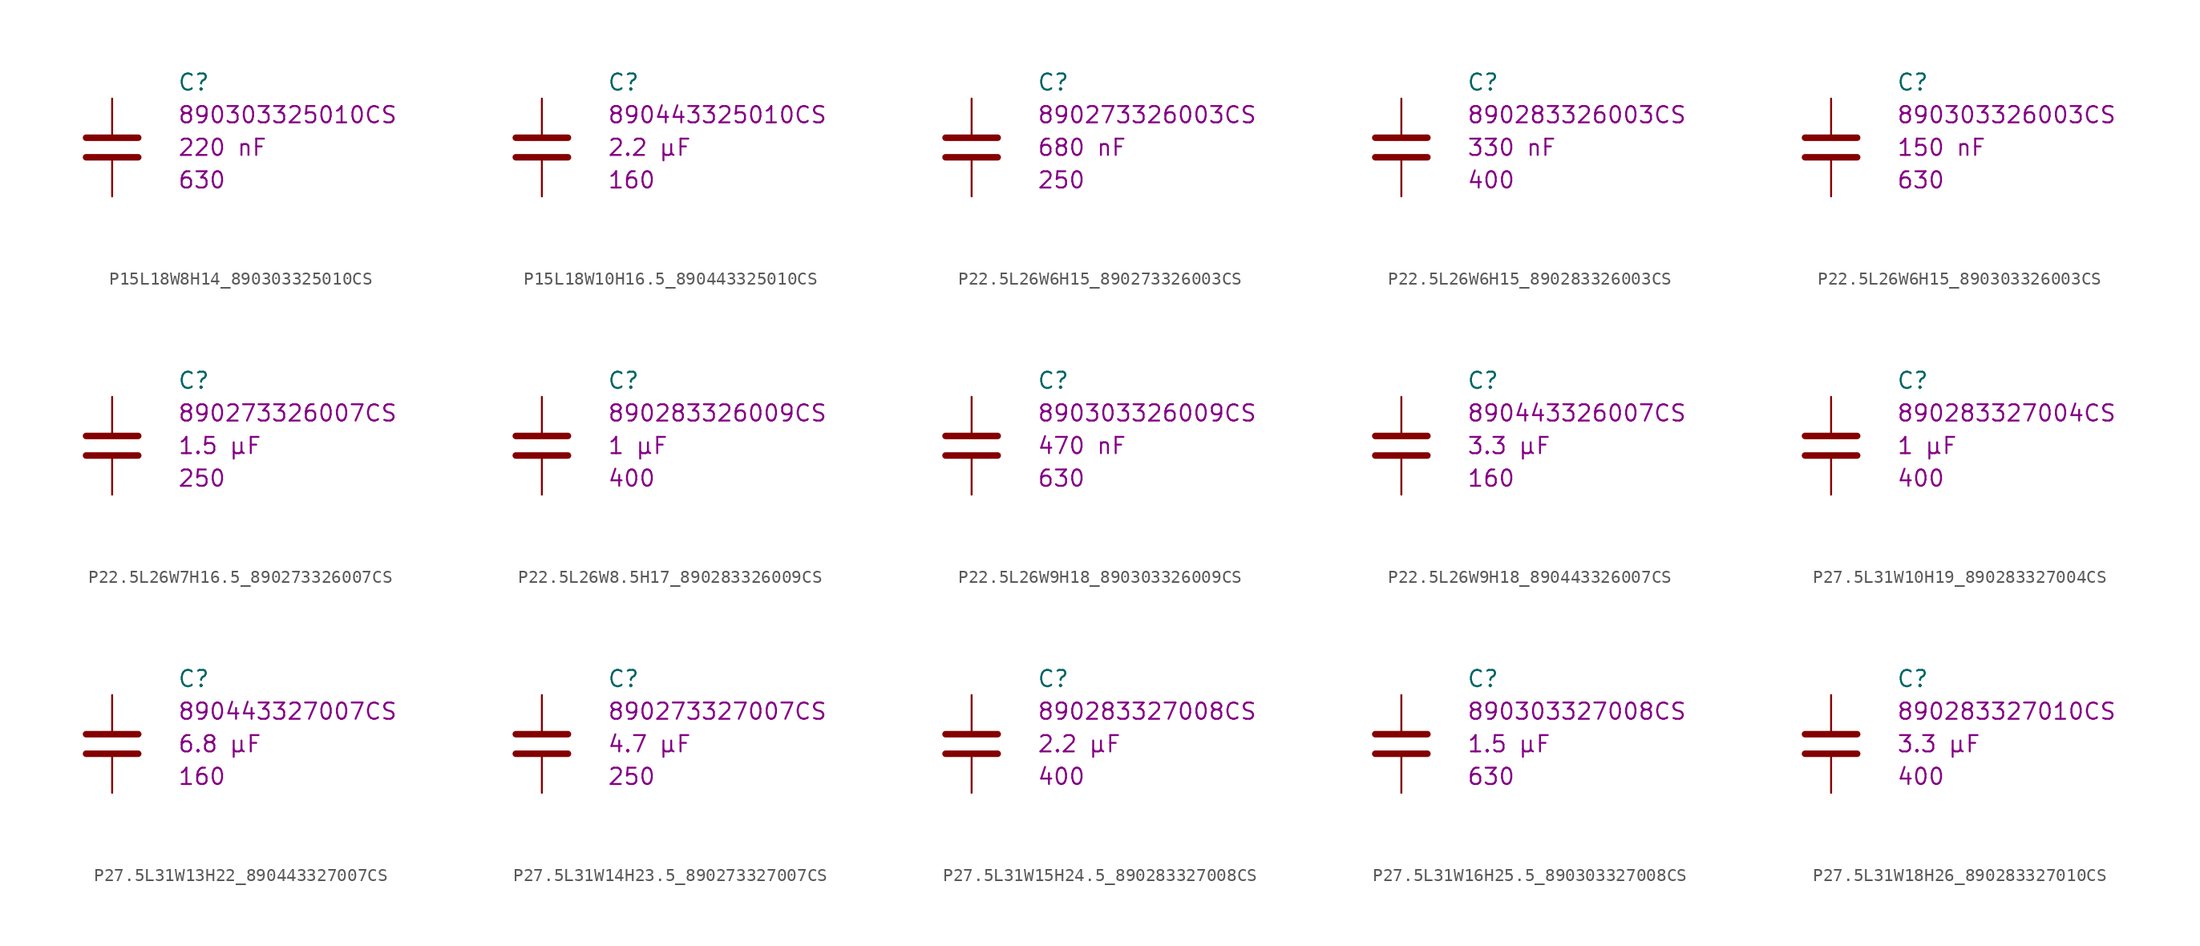
<source format=kicad_sym>
(kicad_symbol_lib
  (version 20220914)
  (generator kicad_symbol_editor)
  (symbol "P15L18W8H14_890303325010CS"
    (pin_numbers hide)
    (pin_names hide)
    (property "Reference" "C"
      (at 5.08 5.08 0)
      (effects (font (size 1.27 1.27)) (justify left)))
    (property "Part Number" "890303325010CS"
      (at 5.08 2.54 0)
      (effects (font (size 1.27 1.27)) (justify left)))
    (property "Capacitance" "220 nF"
      (at 5.08 0 0)
      (effects (font (size 1.27 1.27)) (justify left)))
    (property "Voltage" "630"
      (at 5.08 -2.54 0)
      (effects (font (size 1.27 1.27)) (justify left)))
    (property "Critical Parameter" ""
      (at 0 -7.62 0)
      (effects (font (size 1.27 1.27))))
    (symbol "P15L18W8H14_890303325010CS_0_1"
      (polyline (pts (xy -2.032 -0.762) (xy 2.032 -0.762)) (stroke (width 0.508) (type default)) (fill (type none)))
      (polyline (pts (xy -2.032 0.762) (xy 2.032 0.762)) (stroke (width 0.508) (type default)) (fill (type none))))
    (symbol "P15L18W8H14_890303325010CS_1_1"
      (pin passive line (at 0 3.81 270) (length 2.794) (name "1" (effects (font (size 1.27 1.27)))) (number "1" (effects (font (size 1.27 1.27)))))
      (pin passive line (at 0 -3.81 90) (length 2.794) (name "2" (effects (font (size 1.27 1.27)))) (number "2" (effects (font (size 1.27 1.27)))))))
  (symbol "P15L18W10H16.5_890443325010CS"
    (pin_numbers hide)
    (pin_names hide)
    (property "Reference" "C"
      (at 5.08 5.08 0)
      (effects (font (size 1.27 1.27)) (justify left)))
    (property "Part Number" "890443325010CS"
      (at 5.08 2.54 0)
      (effects (font (size 1.27 1.27)) (justify left)))
    (property "Capacitance" "2.2 µF"
      (at 5.08 0 0)
      (effects (font (size 1.27 1.27)) (justify left)))
    (property "Voltage" "160"
      (at 5.08 -2.54 0)
      (effects (font (size 1.27 1.27)) (justify left)))
    (property "Critical Parameter" ""
      (at 0 -7.62 0)
      (effects (font (size 1.27 1.27))))
    (symbol "P15L18W10H16.5_890443325010CS_0_1"
      (polyline (pts (xy -2.032 -0.762) (xy 2.032 -0.762)) (stroke (width 0.508) (type default)) (fill (type none)))
      (polyline (pts (xy -2.032 0.762) (xy 2.032 0.762)) (stroke (width 0.508) (type default)) (fill (type none))))
    (symbol "P15L18W10H16.5_890443325010CS_1_1"
      (pin passive line (at 0 3.81 270) (length 2.794) (name "1" (effects (font (size 1.27 1.27)))) (number "1" (effects (font (size 1.27 1.27)))))
      (pin passive line (at 0 -3.81 90) (length 2.794) (name "2" (effects (font (size 1.27 1.27)))) (number "2" (effects (font (size 1.27 1.27)))))))
  (symbol "P22.5L26W6H15_890273326003CS"
    (pin_numbers hide)
    (pin_names hide)
    (property "Reference" "C"
      (at 5.08 5.08 0)
      (effects (font (size 1.27 1.27)) (justify left)))
    (property "Part Number" "890273326003CS"
      (at 5.08 2.54 0)
      (effects (font (size 1.27 1.27)) (justify left)))
    (property "Capacitance" "680 nF"
      (at 5.08 0 0)
      (effects (font (size 1.27 1.27)) (justify left)))
    (property "Voltage" "250"
      (at 5.08 -2.54 0)
      (effects (font (size 1.27 1.27)) (justify left)))
    (property "Critical Parameter" ""
      (at 0 -7.62 0)
      (effects (font (size 1.27 1.27))))
    (symbol "P22.5L26W6H15_890273326003CS_0_1"
      (polyline (pts (xy -2.032 -0.762) (xy 2.032 -0.762)) (stroke (width 0.508) (type default)) (fill (type none)))
      (polyline (pts (xy -2.032 0.762) (xy 2.032 0.762)) (stroke (width 0.508) (type default)) (fill (type none))))
    (symbol "P22.5L26W6H15_890273326003CS_1_1"
      (pin passive line (at 0 3.81 270) (length 2.794) (name "1" (effects (font (size 1.27 1.27)))) (number "1" (effects (font (size 1.27 1.27)))))
      (pin passive line (at 0 -3.81 90) (length 2.794) (name "2" (effects (font (size 1.27 1.27)))) (number "2" (effects (font (size 1.27 1.27)))))))
  (symbol "P22.5L26W6H15_890283326003CS"
    (pin_numbers hide)
    (pin_names hide)
    (property "Reference" "C"
      (at 5.08 5.08 0)
      (effects (font (size 1.27 1.27)) (justify left)))
    (property "Part Number" "890283326003CS"
      (at 5.08 2.54 0)
      (effects (font (size 1.27 1.27)) (justify left)))
    (property "Capacitance" "330 nF"
      (at 5.08 0 0)
      (effects (font (size 1.27 1.27)) (justify left)))
    (property "Voltage" "400"
      (at 5.08 -2.54 0)
      (effects (font (size 1.27 1.27)) (justify left)))
    (property "Critical Parameter" ""
      (at 0 -7.62 0)
      (effects (font (size 1.27 1.27))))
    (symbol "P22.5L26W6H15_890283326003CS_0_1"
      (polyline (pts (xy -2.032 -0.762) (xy 2.032 -0.762)) (stroke (width 0.508) (type default)) (fill (type none)))
      (polyline (pts (xy -2.032 0.762) (xy 2.032 0.762)) (stroke (width 0.508) (type default)) (fill (type none))))
    (symbol "P22.5L26W6H15_890283326003CS_1_1"
      (pin passive line (at 0 3.81 270) (length 2.794) (name "1" (effects (font (size 1.27 1.27)))) (number "1" (effects (font (size 1.27 1.27)))))
      (pin passive line (at 0 -3.81 90) (length 2.794) (name "2" (effects (font (size 1.27 1.27)))) (number "2" (effects (font (size 1.27 1.27)))))))
  (symbol "P22.5L26W6H15_890303326003CS"
    (pin_numbers hide)
    (pin_names hide)
    (property "Reference" "C"
      (at 5.08 5.08 0)
      (effects (font (size 1.27 1.27)) (justify left)))
    (property "Part Number" "890303326003CS"
      (at 5.08 2.54 0)
      (effects (font (size 1.27 1.27)) (justify left)))
    (property "Capacitance" "150 nF"
      (at 5.08 0 0)
      (effects (font (size 1.27 1.27)) (justify left)))
    (property "Voltage" "630"
      (at 5.08 -2.54 0)
      (effects (font (size 1.27 1.27)) (justify left)))
    (property "Critical Parameter" ""
      (at 0 -7.62 0)
      (effects (font (size 1.27 1.27))))
    (symbol "P22.5L26W6H15_890303326003CS_0_1"
      (polyline (pts (xy -2.032 -0.762) (xy 2.032 -0.762)) (stroke (width 0.508) (type default)) (fill (type none)))
      (polyline (pts (xy -2.032 0.762) (xy 2.032 0.762)) (stroke (width 0.508) (type default)) (fill (type none))))
    (symbol "P22.5L26W6H15_890303326003CS_1_1"
      (pin passive line (at 0 3.81 270) (length 2.794) (name "1" (effects (font (size 1.27 1.27)))) (number "1" (effects (font (size 1.27 1.27)))))
      (pin passive line (at 0 -3.81 90) (length 2.794) (name "2" (effects (font (size 1.27 1.27)))) (number "2" (effects (font (size 1.27 1.27)))))))
  (symbol "P22.5L26W7H16.5_890273326007CS"
    (pin_numbers hide)
    (pin_names hide)
    (property "Reference" "C"
      (at 5.08 5.08 0)
      (effects (font (size 1.27 1.27)) (justify left)))
    (property "Part Number" "890273326007CS"
      (at 5.08 2.54 0)
      (effects (font (size 1.27 1.27)) (justify left)))
    (property "Capacitance" "1.5 µF"
      (at 5.08 0 0)
      (effects (font (size 1.27 1.27)) (justify left)))
    (property "Voltage" "250"
      (at 5.08 -2.54 0)
      (effects (font (size 1.27 1.27)) (justify left)))
    (property "Critical Parameter" ""
      (at 0 -7.62 0)
      (effects (font (size 1.27 1.27))))
    (symbol "P22.5L26W7H16.5_890273326007CS_0_1"
      (polyline (pts (xy -2.032 -0.762) (xy 2.032 -0.762)) (stroke (width 0.508) (type default)) (fill (type none)))
      (polyline (pts (xy -2.032 0.762) (xy 2.032 0.762)) (stroke (width 0.508) (type default)) (fill (type none))))
    (symbol "P22.5L26W7H16.5_890273326007CS_1_1"
      (pin passive line (at 0 3.81 270) (length 2.794) (name "1" (effects (font (size 1.27 1.27)))) (number "1" (effects (font (size 1.27 1.27)))))
      (pin passive line (at 0 -3.81 90) (length 2.794) (name "2" (effects (font (size 1.27 1.27)))) (number "2" (effects (font (size 1.27 1.27)))))))
  (symbol "P22.5L26W8.5H17_890283326009CS"
    (pin_numbers hide)
    (pin_names hide)
    (property "Reference" "C"
      (at 5.08 5.08 0)
      (effects (font (size 1.27 1.27)) (justify left)))
    (property "Part Number" "890283326009CS"
      (at 5.08 2.54 0)
      (effects (font (size 1.27 1.27)) (justify left)))
    (property "Capacitance" "1 µF"
      (at 5.08 0 0)
      (effects (font (size 1.27 1.27)) (justify left)))
    (property "Voltage" "400"
      (at 5.08 -2.54 0)
      (effects (font (size 1.27 1.27)) (justify left)))
    (property "Critical Parameter" ""
      (at 0 -7.62 0)
      (effects (font (size 1.27 1.27))))
    (symbol "P22.5L26W8.5H17_890283326009CS_0_1"
      (polyline (pts (xy -2.032 -0.762) (xy 2.032 -0.762)) (stroke (width 0.508) (type default)) (fill (type none)))
      (polyline (pts (xy -2.032 0.762) (xy 2.032 0.762)) (stroke (width 0.508) (type default)) (fill (type none))))
    (symbol "P22.5L26W8.5H17_890283326009CS_1_1"
      (pin passive line (at 0 3.81 270) (length 2.794) (name "1" (effects (font (size 1.27 1.27)))) (number "1" (effects (font (size 1.27 1.27)))))
      (pin passive line (at 0 -3.81 90) (length 2.794) (name "2" (effects (font (size 1.27 1.27)))) (number "2" (effects (font (size 1.27 1.27)))))))
  (symbol "P22.5L26W9H18_890303326009CS"
    (pin_numbers hide)
    (pin_names hide)
    (property "Reference" "C"
      (at 5.08 5.08 0)
      (effects (font (size 1.27 1.27)) (justify left)))
    (property "Part Number" "890303326009CS"
      (at 5.08 2.54 0)
      (effects (font (size 1.27 1.27)) (justify left)))
    (property "Capacitance" "470 nF"
      (at 5.08 0 0)
      (effects (font (size 1.27 1.27)) (justify left)))
    (property "Voltage" "630"
      (at 5.08 -2.54 0)
      (effects (font (size 1.27 1.27)) (justify left)))
    (property "Critical Parameter" ""
      (at 0 -7.62 0)
      (effects (font (size 1.27 1.27))))
    (symbol "P22.5L26W9H18_890303326009CS_0_1"
      (polyline (pts (xy -2.032 -0.762) (xy 2.032 -0.762)) (stroke (width 0.508) (type default)) (fill (type none)))
      (polyline (pts (xy -2.032 0.762) (xy 2.032 0.762)) (stroke (width 0.508) (type default)) (fill (type none))))
    (symbol "P22.5L26W9H18_890303326009CS_1_1"
      (pin passive line (at 0 3.81 270) (length 2.794) (name "1" (effects (font (size 1.27 1.27)))) (number "1" (effects (font (size 1.27 1.27)))))
      (pin passive line (at 0 -3.81 90) (length 2.794) (name "2" (effects (font (size 1.27 1.27)))) (number "2" (effects (font (size 1.27 1.27)))))))
  (symbol "P22.5L26W9H18_890443326007CS"
    (pin_numbers hide)
    (pin_names hide)
    (property "Reference" "C"
      (at 5.08 5.08 0)
      (effects (font (size 1.27 1.27)) (justify left)))
    (property "Part Number" "890443326007CS"
      (at 5.08 2.54 0)
      (effects (font (size 1.27 1.27)) (justify left)))
    (property "Capacitance" "3.3 µF"
      (at 5.08 0 0)
      (effects (font (size 1.27 1.27)) (justify left)))
    (property "Voltage" "160"
      (at 5.08 -2.54 0)
      (effects (font (size 1.27 1.27)) (justify left)))
    (property "Critical Parameter" ""
      (at 0 -7.62 0)
      (effects (font (size 1.27 1.27))))
    (symbol "P22.5L26W9H18_890443326007CS_0_1"
      (polyline (pts (xy -2.032 -0.762) (xy 2.032 -0.762)) (stroke (width 0.508) (type default)) (fill (type none)))
      (polyline (pts (xy -2.032 0.762) (xy 2.032 0.762)) (stroke (width 0.508) (type default)) (fill (type none))))
    (symbol "P22.5L26W9H18_890443326007CS_1_1"
      (pin passive line (at 0 3.81 270) (length 2.794) (name "1" (effects (font (size 1.27 1.27)))) (number "1" (effects (font (size 1.27 1.27)))))
      (pin passive line (at 0 -3.81 90) (length 2.794) (name "2" (effects (font (size 1.27 1.27)))) (number "2" (effects (font (size 1.27 1.27)))))))
  (symbol "P27.5L31W10H19_890283327004CS"
    (pin_numbers hide)
    (pin_names hide)
    (property "Reference" "C"
      (at 5.08 5.08 0)
      (effects (font (size 1.27 1.27)) (justify left)))
    (property "Part Number" "890283327004CS"
      (at 5.08 2.54 0)
      (effects (font (size 1.27 1.27)) (justify left)))
    (property "Capacitance" "1 µF"
      (at 5.08 0 0)
      (effects (font (size 1.27 1.27)) (justify left)))
    (property "Voltage" "400"
      (at 5.08 -2.54 0)
      (effects (font (size 1.27 1.27)) (justify left)))
    (property "Critical Parameter" ""
      (at 0 -7.62 0)
      (effects (font (size 1.27 1.27))))
    (symbol "P27.5L31W10H19_890283327004CS_0_1"
      (polyline (pts (xy -2.032 -0.762) (xy 2.032 -0.762)) (stroke (width 0.508) (type default)) (fill (type none)))
      (polyline (pts (xy -2.032 0.762) (xy 2.032 0.762)) (stroke (width 0.508) (type default)) (fill (type none))))
    (symbol "P27.5L31W10H19_890283327004CS_1_1"
      (pin passive line (at 0 3.81 270) (length 2.794) (name "1" (effects (font (size 1.27 1.27)))) (number "1" (effects (font (size 1.27 1.27)))))
      (pin passive line (at 0 -3.81 90) (length 2.794) (name "2" (effects (font (size 1.27 1.27)))) (number "2" (effects (font (size 1.27 1.27)))))))
  (symbol "P27.5L31W13H22_890443327007CS"
    (pin_numbers hide)
    (pin_names hide)
    (property "Reference" "C"
      (at 5.08 5.08 0)
      (effects (font (size 1.27 1.27)) (justify left)))
    (property "Part Number" "890443327007CS"
      (at 5.08 2.54 0)
      (effects (font (size 1.27 1.27)) (justify left)))
    (property "Capacitance" "6.8 µF"
      (at 5.08 0 0)
      (effects (font (size 1.27 1.27)) (justify left)))
    (property "Voltage" "160"
      (at 5.08 -2.54 0)
      (effects (font (size 1.27 1.27)) (justify left)))
    (property "Critical Parameter" ""
      (at 0 -7.62 0)
      (effects (font (size 1.27 1.27))))
    (symbol "P27.5L31W13H22_890443327007CS_0_1"
      (polyline (pts (xy -2.032 -0.762) (xy 2.032 -0.762)) (stroke (width 0.508) (type default)) (fill (type none)))
      (polyline (pts (xy -2.032 0.762) (xy 2.032 0.762)) (stroke (width 0.508) (type default)) (fill (type none))))
    (symbol "P27.5L31W13H22_890443327007CS_1_1"
      (pin passive line (at 0 3.81 270) (length 2.794) (name "1" (effects (font (size 1.27 1.27)))) (number "1" (effects (font (size 1.27 1.27)))))
      (pin passive line (at 0 -3.81 90) (length 2.794) (name "2" (effects (font (size 1.27 1.27)))) (number "2" (effects (font (size 1.27 1.27)))))))
  (symbol "P27.5L31W14H23.5_890273327007CS"
    (pin_numbers hide)
    (pin_names hide)
    (property "Reference" "C"
      (at 5.08 5.08 0)
      (effects (font (size 1.27 1.27)) (justify left)))
    (property "Part Number" "890273327007CS"
      (at 5.08 2.54 0)
      (effects (font (size 1.27 1.27)) (justify left)))
    (property "Capacitance" "4.7 µF"
      (at 5.08 0 0)
      (effects (font (size 1.27 1.27)) (justify left)))
    (property "Voltage" "250"
      (at 5.08 -2.54 0)
      (effects (font (size 1.27 1.27)) (justify left)))
    (property "Critical Parameter" ""
      (at 0 -7.62 0)
      (effects (font (size 1.27 1.27))))
    (symbol "P27.5L31W14H23.5_890273327007CS_0_1"
      (polyline (pts (xy -2.032 -0.762) (xy 2.032 -0.762)) (stroke (width 0.508) (type default)) (fill (type none)))
      (polyline (pts (xy -2.032 0.762) (xy 2.032 0.762)) (stroke (width 0.508) (type default)) (fill (type none))))
    (symbol "P27.5L31W14H23.5_890273327007CS_1_1"
      (pin passive line (at 0 3.81 270) (length 2.794) (name "1" (effects (font (size 1.27 1.27)))) (number "1" (effects (font (size 1.27 1.27)))))
      (pin passive line (at 0 -3.81 90) (length 2.794) (name "2" (effects (font (size 1.27 1.27)))) (number "2" (effects (font (size 1.27 1.27)))))))
  (symbol "P27.5L31W15H24.5_890283327008CS"
    (pin_numbers hide)
    (pin_names hide)
    (property "Reference" "C"
      (at 5.08 5.08 0)
      (effects (font (size 1.27 1.27)) (justify left)))
    (property "Part Number" "890283327008CS"
      (at 5.08 2.54 0)
      (effects (font (size 1.27 1.27)) (justify left)))
    (property "Capacitance" "2.2 µF"
      (at 5.08 0 0)
      (effects (font (size 1.27 1.27)) (justify left)))
    (property "Voltage" "400"
      (at 5.08 -2.54 0)
      (effects (font (size 1.27 1.27)) (justify left)))
    (property "Critical Parameter" ""
      (at 0 -7.62 0)
      (effects (font (size 1.27 1.27))))
    (symbol "P27.5L31W15H24.5_890283327008CS_0_1"
      (polyline (pts (xy -2.032 -0.762) (xy 2.032 -0.762)) (stroke (width 0.508) (type default)) (fill (type none)))
      (polyline (pts (xy -2.032 0.762) (xy 2.032 0.762)) (stroke (width 0.508) (type default)) (fill (type none))))
    (symbol "P27.5L31W15H24.5_890283327008CS_1_1"
      (pin passive line (at 0 3.81 270) (length 2.794) (name "1" (effects (font (size 1.27 1.27)))) (number "1" (effects (font (size 1.27 1.27)))))
      (pin passive line (at 0 -3.81 90) (length 2.794) (name "2" (effects (font (size 1.27 1.27)))) (number "2" (effects (font (size 1.27 1.27)))))))
  (symbol "P27.5L31W16H25.5_890303327008CS"
    (pin_numbers hide)
    (pin_names hide)
    (property "Reference" "C"
      (at 5.08 5.08 0)
      (effects (font (size 1.27 1.27)) (justify left)))
    (property "Part Number" "890303327008CS"
      (at 5.08 2.54 0)
      (effects (font (size 1.27 1.27)) (justify left)))
    (property "Capacitance" "1.5 µF"
      (at 5.08 0 0)
      (effects (font (size 1.27 1.27)) (justify left)))
    (property "Voltage" "630"
      (at 5.08 -2.54 0)
      (effects (font (size 1.27 1.27)) (justify left)))
    (property "Critical Parameter" ""
      (at 0 -7.62 0)
      (effects (font (size 1.27 1.27))))
    (symbol "P27.5L31W16H25.5_890303327008CS_0_1"
      (polyline (pts (xy -2.032 -0.762) (xy 2.032 -0.762)) (stroke (width 0.508) (type default)) (fill (type none)))
      (polyline (pts (xy -2.032 0.762) (xy 2.032 0.762)) (stroke (width 0.508) (type default)) (fill (type none))))
    (symbol "P27.5L31W16H25.5_890303327008CS_1_1"
      (pin passive line (at 0 3.81 270) (length 2.794) (name "1" (effects (font (size 1.27 1.27)))) (number "1" (effects (font (size 1.27 1.27)))))
      (pin passive line (at 0 -3.81 90) (length 2.794) (name "2" (effects (font (size 1.27 1.27)))) (number "2" (effects (font (size 1.27 1.27)))))))
  (symbol "P27.5L31W18H26_890283327010CS"
    (pin_numbers hide)
    (pin_names hide)
    (property "Reference" "C"
      (at 5.08 5.08 0)
      (effects (font (size 1.27 1.27)) (justify left)))
    (property "Part Number" "890283327010CS"
      (at 5.08 2.54 0)
      (effects (font (size 1.27 1.27)) (justify left)))
    (property "Capacitance" "3.3 µF"
      (at 5.08 0 0)
      (effects (font (size 1.27 1.27)) (justify left)))
    (property "Voltage" "400"
      (at 5.08 -2.54 0)
      (effects (font (size 1.27 1.27)) (justify left)))
    (property "Critical Parameter" ""
      (at 0 -7.62 0)
      (effects (font (size 1.27 1.27))))
    (symbol "P27.5L31W18H26_890283327010CS_0_1"
      (polyline (pts (xy -2.032 -0.762) (xy 2.032 -0.762)) (stroke (width 0.508) (type default)) (fill (type none)))
      (polyline (pts (xy -2.032 0.762) (xy 2.032 0.762)) (stroke (width 0.508) (type default)) (fill (type none))))
    (symbol "P27.5L31W18H26_890283327010CS_1_1"
      (pin passive line (at 0 3.81 270) (length 2.794) (name "1" (effects (font (size 1.27 1.27)))) (number "1" (effects (font (size 1.27 1.27)))))
      (pin passive line (at 0 -3.81 90) (length 2.794) (name "2" (effects (font (size 1.27 1.27)))) (number "2" (effects (font (size 1.27 1.27))))))))
</source>
